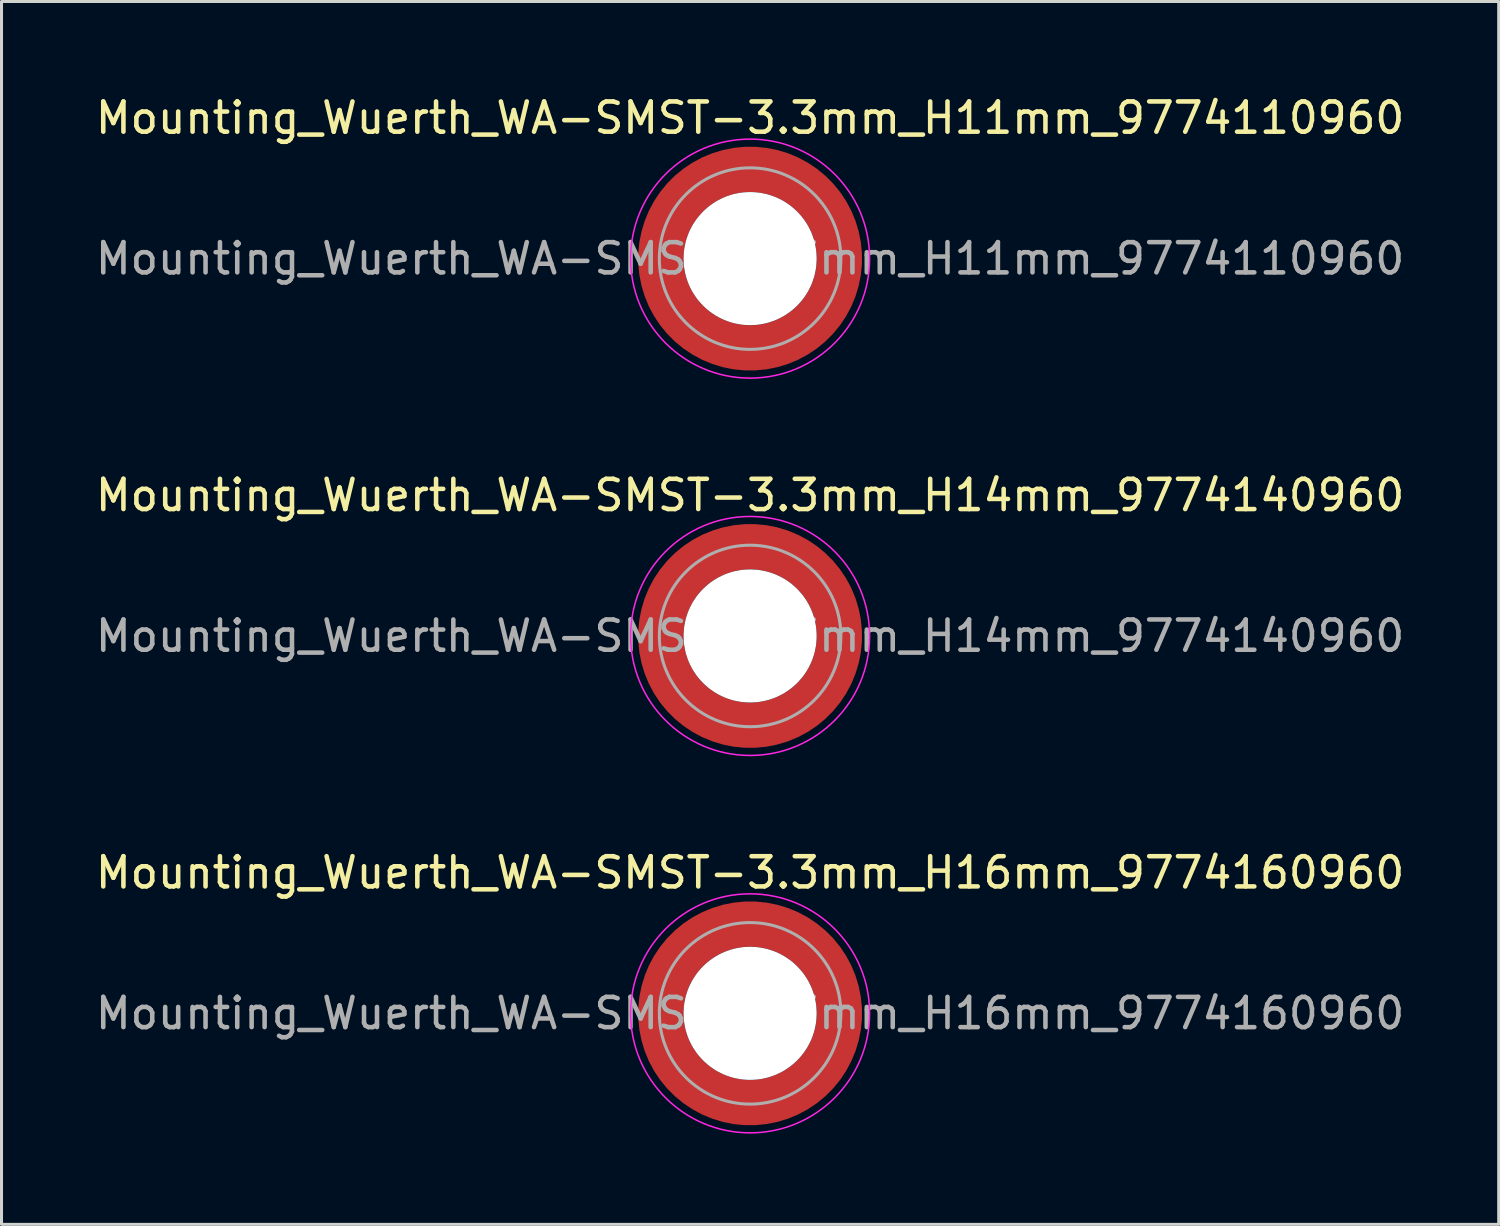
<source format=kicad_pcb>
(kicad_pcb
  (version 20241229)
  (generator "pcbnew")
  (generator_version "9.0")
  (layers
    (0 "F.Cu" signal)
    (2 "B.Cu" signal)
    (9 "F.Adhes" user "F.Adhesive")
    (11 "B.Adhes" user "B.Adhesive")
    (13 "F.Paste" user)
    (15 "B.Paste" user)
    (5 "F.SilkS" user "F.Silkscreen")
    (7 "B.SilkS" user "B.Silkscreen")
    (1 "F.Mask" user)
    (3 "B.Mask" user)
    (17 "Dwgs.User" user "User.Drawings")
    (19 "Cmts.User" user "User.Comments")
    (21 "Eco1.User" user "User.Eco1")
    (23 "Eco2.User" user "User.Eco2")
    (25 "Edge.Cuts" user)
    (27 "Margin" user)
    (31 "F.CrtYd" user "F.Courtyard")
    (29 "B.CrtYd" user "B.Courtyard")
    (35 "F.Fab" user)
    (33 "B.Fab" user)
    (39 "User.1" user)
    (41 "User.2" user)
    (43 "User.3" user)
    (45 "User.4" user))
  (footprint "Mounting_Wuerth_WA-SMST-3.3mm_H14mm_9774140960"
    (layer "F.Cu")
    (at 21.744 17.971)
    (property "Reference" "Mounting_Wuerth_WA-SMST-3.3mm_H14mm_9774140960" (at 0 -4.65 0) (layer "F.SilkS") (effects (font (size 1 1) (thickness 0.15))))
    (attr smd allow_soldermask_bridges)
    (fp_circle (center 0 0) (end 3.95 0) (stroke (width 0.05) (type solid)) (fill no) (layer "F.CrtYd"))
    (fp_circle (center 0 0) (end 3 0) (stroke (width 0.1) (type solid)) (fill no) (layer "F.Fab"))
    (fp_text user "${REFERENCE}" (at 0 0 0) (layer "F.Fab") (effects (font (size 1 1) (thickness 0.15))))
    (pad "" smd custom (at -2.058 -2.058) (size 0.55 0.55) (layers "F.Paste") (options (anchor circle)) (primitives (gr_arc (start -0.377294 1.707681) (mid 0.318198 0.318198) (end 1.707681 -0.377294) (width 0.2)) (gr_arc (start -0.478281 1.707681) (mid 0.247487 0.247487) (end 1.707681 -0.478281) (width 0.2)) (gr_arc (start -0.579192 1.707681) (mid 0.176777 0.176777) (end 1.707681 -0.579192) (width 0.2)) (gr_arc (start -0.680037 1.707681) (mid 0.106066 0.106066) (end 1.707681 -0.680037) (width 0.2)) (gr_arc (start -0.780822 1.707681) (mid 0.035355 0.035355) (end 1.707681 -0.780822) (width 0.2)) (gr_arc (start -0.881554 1.707681) (mid -0.035355 -0.035355) (end 1.707681 -0.881554) (width 0.2)) (gr_arc (start -0.982237 1.707681) (mid -0.106066 -0.106066) (end 1.707681 -0.982237) (width 0.2)) (gr_arc (start -1.082877 1.707681) (mid -0.176777 -0.176777) (end 1.707681 -1.082877) (width 0.2)) (gr_arc (start -1.183476 1.707681) (mid -0.247487 -0.247487) (end 1.707681 -1.183476) (width 0.2)) (gr_arc (start -1.28404 1.707681) (mid -0.318198 -0.318198) (end 1.707681 -1.28404) (width 0.2)) (gr_line (start 1.708 -0.377) (end 1.708 -1.284) (width 0.2)) (gr_line (start -0.377 1.708) (end -1.284 1.708) (width 0.2))))
    (pad "" smd custom (at -2.058 2.058) (size 0.55 0.55) (layers "F.Paste") (options (anchor circle)) (primitives (gr_arc (start 1.707681 0.377294) (mid 0.318198 -0.318198) (end -0.377294 -1.707681) (width 0.2)) (gr_arc (start 1.707681 0.478281) (mid 0.247487 -0.247487) (end -0.478281 -1.707681) (width 0.2)) (gr_arc (start 1.707681 0.579192) (mid 0.176777 -0.176777) (end -0.579192 -1.707681) (width 0.2)) (gr_arc (start 1.707681 0.680037) (mid 0.106066 -0.106066) (end -0.680037 -1.707681) (width 0.2)) (gr_arc (start 1.707681 0.780822) (mid 0.035355 -0.035355) (end -0.780822 -1.707681) (width 0.2)) (gr_arc (start 1.707681 0.881554) (mid -0.035355 0.035355) (end -0.881554 -1.707681) (width 0.2)) (gr_arc (start 1.707681 0.982237) (mid -0.106066 0.106066) (end -0.982237 -1.707681) (width 0.2)) (gr_arc (start 1.707681 1.082877) (mid -0.176777 0.176777) (end -1.082877 -1.707681) (width 0.2)) (gr_arc (start 1.707681 1.183476) (mid -0.247487 0.247487) (end -1.183476 -1.707681) (width 0.2)) (gr_arc (start 1.707681 1.28404) (mid -0.318198 0.318198) (end -1.28404 -1.707681) (width 0.2)) (gr_line (start -0.377 -1.708) (end -1.284 -1.708) (width 0.2)) (gr_line (start 1.708 0.377) (end 1.708 1.284) (width 0.2))))
    (pad "" np_thru_hole circle (at 0 0) (size 4.4 4.4) (drill 4.4) (layers "*.Cu" "*.Mask"))
    (pad "" smd custom (at 2.058 -2.058) (size 0.55 0.55) (layers "F.Paste") (options (anchor circle)) (primitives (gr_arc (start -1.707681 -0.377294) (mid -0.318198 0.318198) (end 0.377294 1.707681) (width 0.2)) (gr_arc (start -1.707681 -0.478281) (mid -0.247487 0.247487) (end 0.478281 1.707681) (width 0.2)) (gr_arc (start -1.707681 -0.579192) (mid -0.176777 0.176777) (end 0.579192 1.707681) (width 0.2)) (gr_arc (start -1.707681 -0.680037) (mid -0.106066 0.106066) (end 0.680037 1.707681) (width 0.2)) (gr_arc (start -1.707681 -0.780822) (mid -0.035355 0.035355) (end 0.780822 1.707681) (width 0.2)) (gr_arc (start -1.707681 -0.881554) (mid 0.035355 -0.035355) (end 0.881554 1.707681) (width 0.2)) (gr_arc (start -1.707681 -0.982237) (mid 0.106066 -0.106066) (end 0.982237 1.707681) (width 0.2)) (gr_arc (start -1.707681 -1.082877) (mid 0.176777 -0.176777) (end 1.082877 1.707681) (width 0.2)) (gr_arc (start -1.707681 -1.183476) (mid 0.247487 -0.247487) (end 1.183476 1.707681) (width 0.2)) (gr_arc (start -1.707681 -1.28404) (mid 0.318198 -0.318198) (end 1.28404 1.707681) (width 0.2)) (gr_line (start 0.377 1.708) (end 1.284 1.708) (width 0.2)) (gr_line (start -1.708 -0.377) (end -1.708 -1.284) (width 0.2))))
    (pad "" smd custom (at 2.058 2.058) (size 0.55 0.55) (layers "F.Paste") (options (anchor circle)) (primitives (gr_arc (start 0.377294 -1.707681) (mid -0.318198 -0.318198) (end -1.707681 0.377294) (width 0.2)) (gr_arc (start 0.478281 -1.707681) (mid -0.247487 -0.247487) (end -1.707681 0.478281) (width 0.2)) (gr_arc (start 0.579192 -1.707681) (mid -0.176777 -0.176777) (end -1.707681 0.579192) (width 0.2)) (gr_arc (start 0.680037 -1.707681) (mid -0.106066 -0.106066) (end -1.707681 0.680037) (width 0.2)) (gr_arc (start 0.780822 -1.707681) (mid -0.035355 -0.035355) (end -1.707681 0.780822) (width 0.2)) (gr_arc (start 0.881554 -1.707681) (mid 0.035355 0.035355) (end -1.707681 0.881554) (width 0.2)) (gr_arc (start 0.982237 -1.707681) (mid 0.106066 0.106066) (end -1.707681 0.982237) (width 0.2)) (gr_arc (start 1.082877 -1.707681) (mid 0.176777 0.176777) (end -1.707681 1.082877) (width 0.2)) (gr_arc (start 1.183476 -1.707681) (mid 0.247487 0.247487) (end -1.707681 1.183476) (width 0.2)) (gr_arc (start 1.28404 -1.707681) (mid 0.318198 0.318198) (end -1.707681 1.28404) (width 0.2)) (gr_line (start -1.708 0.377) (end -1.708 1.284) (width 0.2)) (gr_line (start 0.377 -1.708) (end 1.284 -1.708) (width 0.2))))
    (pad "1" smd circle (at -2.95 0) (size 0.992 0.992) (layers "F.Cu"))
    (pad "1" smd circle (at 0 -2.95) (size 0.992 0.992) (layers "F.Cu"))
    (pad "1" smd circle (at 0 2.95) (size 0.992 0.992) (layers "F.Cu"))
    (pad "1" smd custom (at 2.95 0) (size 1.5 1.5) (layers "F.Cu" "F.Mask") (options (anchor circle)) (primitives (gr_circle (center -2.95 0) (end 0 0) (width 1.5) (fill no)))))
  (footprint "Mounting_Wuerth_WA-SMST-3.3mm_H11mm_9774110960"
    (layer "F.Cu")
    (at 21.744 5.498)
    (property "Reference" "Mounting_Wuerth_WA-SMST-3.3mm_H11mm_9774110960" (at 0 -4.65 0) (layer "F.SilkS") (effects (font (size 1 1) (thickness 0.15))))
    (attr smd allow_soldermask_bridges)
    (fp_circle (center 0 0) (end 3.95 0) (stroke (width 0.05) (type solid)) (fill no) (layer "F.CrtYd"))
    (fp_circle (center 0 0) (end 3 0) (stroke (width 0.1) (type solid)) (fill no) (layer "F.Fab"))
    (fp_text user "${REFERENCE}" (at 0 0 0) (layer "F.Fab") (effects (font (size 1 1) (thickness 0.15))))
    (pad "" smd custom (at -2.058 -2.058) (size 0.55 0.55) (layers "F.Paste") (options (anchor circle)) (primitives (gr_arc (start -0.377294 1.707681) (mid 0.318198 0.318198) (end 1.707681 -0.377294) (width 0.2)) (gr_arc (start -0.478281 1.707681) (mid 0.247487 0.247487) (end 1.707681 -0.478281) (width 0.2)) (gr_arc (start -0.579192 1.707681) (mid 0.176777 0.176777) (end 1.707681 -0.579192) (width 0.2)) (gr_arc (start -0.680037 1.707681) (mid 0.106066 0.106066) (end 1.707681 -0.680037) (width 0.2)) (gr_arc (start -0.780822 1.707681) (mid 0.035355 0.035355) (end 1.707681 -0.780822) (width 0.2)) (gr_arc (start -0.881554 1.707681) (mid -0.035355 -0.035355) (end 1.707681 -0.881554) (width 0.2)) (gr_arc (start -0.982237 1.707681) (mid -0.106066 -0.106066) (end 1.707681 -0.982237) (width 0.2)) (gr_arc (start -1.082877 1.707681) (mid -0.176777 -0.176777) (end 1.707681 -1.082877) (width 0.2)) (gr_arc (start -1.183476 1.707681) (mid -0.247487 -0.247487) (end 1.707681 -1.183476) (width 0.2)) (gr_arc (start -1.28404 1.707681) (mid -0.318198 -0.318198) (end 1.707681 -1.28404) (width 0.2)) (gr_line (start 1.708 -0.377) (end 1.708 -1.284) (width 0.2)) (gr_line (start -0.377 1.708) (end -1.284 1.708) (width 0.2))))
    (pad "" smd custom (at -2.058 2.058) (size 0.55 0.55) (layers "F.Paste") (options (anchor circle)) (primitives (gr_arc (start 1.707681 0.377294) (mid 0.318198 -0.318198) (end -0.377294 -1.707681) (width 0.2)) (gr_arc (start 1.707681 0.478281) (mid 0.247487 -0.247487) (end -0.478281 -1.707681) (width 0.2)) (gr_arc (start 1.707681 0.579192) (mid 0.176777 -0.176777) (end -0.579192 -1.707681) (width 0.2)) (gr_arc (start 1.707681 0.680037) (mid 0.106066 -0.106066) (end -0.680037 -1.707681) (width 0.2)) (gr_arc (start 1.707681 0.780822) (mid 0.035355 -0.035355) (end -0.780822 -1.707681) (width 0.2)) (gr_arc (start 1.707681 0.881554) (mid -0.035355 0.035355) (end -0.881554 -1.707681) (width 0.2)) (gr_arc (start 1.707681 0.982237) (mid -0.106066 0.106066) (end -0.982237 -1.707681) (width 0.2)) (gr_arc (start 1.707681 1.082877) (mid -0.176777 0.176777) (end -1.082877 -1.707681) (width 0.2)) (gr_arc (start 1.707681 1.183476) (mid -0.247487 0.247487) (end -1.183476 -1.707681) (width 0.2)) (gr_arc (start 1.707681 1.28404) (mid -0.318198 0.318198) (end -1.28404 -1.707681) (width 0.2)) (gr_line (start -0.377 -1.708) (end -1.284 -1.708) (width 0.2)) (gr_line (start 1.708 0.377) (end 1.708 1.284) (width 0.2))))
    (pad "" np_thru_hole circle (at 0 0) (size 4.4 4.4) (drill 4.4) (layers "*.Cu" "*.Mask"))
    (pad "" smd custom (at 2.058 -2.058) (size 0.55 0.55) (layers "F.Paste") (options (anchor circle)) (primitives (gr_arc (start -1.707681 -0.377294) (mid -0.318198 0.318198) (end 0.377294 1.707681) (width 0.2)) (gr_arc (start -1.707681 -0.478281) (mid -0.247487 0.247487) (end 0.478281 1.707681) (width 0.2)) (gr_arc (start -1.707681 -0.579192) (mid -0.176777 0.176777) (end 0.579192 1.707681) (width 0.2)) (gr_arc (start -1.707681 -0.680037) (mid -0.106066 0.106066) (end 0.680037 1.707681) (width 0.2)) (gr_arc (start -1.707681 -0.780822) (mid -0.035355 0.035355) (end 0.780822 1.707681) (width 0.2)) (gr_arc (start -1.707681 -0.881554) (mid 0.035355 -0.035355) (end 0.881554 1.707681) (width 0.2)) (gr_arc (start -1.707681 -0.982237) (mid 0.106066 -0.106066) (end 0.982237 1.707681) (width 0.2)) (gr_arc (start -1.707681 -1.082877) (mid 0.176777 -0.176777) (end 1.082877 1.707681) (width 0.2)) (gr_arc (start -1.707681 -1.183476) (mid 0.247487 -0.247487) (end 1.183476 1.707681) (width 0.2)) (gr_arc (start -1.707681 -1.28404) (mid 0.318198 -0.318198) (end 1.28404 1.707681) (width 0.2)) (gr_line (start 0.377 1.708) (end 1.284 1.708) (width 0.2)) (gr_line (start -1.708 -0.377) (end -1.708 -1.284) (width 0.2))))
    (pad "" smd custom (at 2.058 2.058) (size 0.55 0.55) (layers "F.Paste") (options (anchor circle)) (primitives (gr_arc (start 0.377294 -1.707681) (mid -0.318198 -0.318198) (end -1.707681 0.377294) (width 0.2)) (gr_arc (start 0.478281 -1.707681) (mid -0.247487 -0.247487) (end -1.707681 0.478281) (width 0.2)) (gr_arc (start 0.579192 -1.707681) (mid -0.176777 -0.176777) (end -1.707681 0.579192) (width 0.2)) (gr_arc (start 0.680037 -1.707681) (mid -0.106066 -0.106066) (end -1.707681 0.680037) (width 0.2)) (gr_arc (start 0.780822 -1.707681) (mid -0.035355 -0.035355) (end -1.707681 0.780822) (width 0.2)) (gr_arc (start 0.881554 -1.707681) (mid 0.035355 0.035355) (end -1.707681 0.881554) (width 0.2)) (gr_arc (start 0.982237 -1.707681) (mid 0.106066 0.106066) (end -1.707681 0.982237) (width 0.2)) (gr_arc (start 1.082877 -1.707681) (mid 0.176777 0.176777) (end -1.707681 1.082877) (width 0.2)) (gr_arc (start 1.183476 -1.707681) (mid 0.247487 0.247487) (end -1.707681 1.183476) (width 0.2)) (gr_arc (start 1.28404 -1.707681) (mid 0.318198 0.318198) (end -1.707681 1.28404) (width 0.2)) (gr_line (start -1.708 0.377) (end -1.708 1.284) (width 0.2)) (gr_line (start 0.377 -1.708) (end 1.284 -1.708) (width 0.2))))
    (pad "1" smd circle (at -2.95 0) (size 0.992 0.992) (layers "F.Cu"))
    (pad "1" smd circle (at 0 -2.95) (size 0.992 0.992) (layers "F.Cu"))
    (pad "1" smd circle (at 0 2.95) (size 0.992 0.992) (layers "F.Cu"))
    (pad "1" smd custom (at 2.95 0) (size 1.5 1.5) (layers "F.Cu" "F.Mask") (options (anchor circle)) (primitives (gr_circle (center -2.95 0) (end 0 0) (width 1.5) (fill no)))))
  (footprint "Mounting_Wuerth_WA-SMST-3.3mm_H16mm_9774160960"
    (layer "F.Cu")
    (at 21.744 30.445)
    (property "Reference" "Mounting_Wuerth_WA-SMST-3.3mm_H16mm_9774160960" (at 0 -4.65 0) (layer "F.SilkS") (effects (font (size 1 1) (thickness 0.15))))
    (attr smd allow_soldermask_bridges)
    (fp_circle (center 0 0) (end 3.95 0) (stroke (width 0.05) (type solid)) (fill no) (layer "F.CrtYd"))
    (fp_circle (center 0 0) (end 3 0) (stroke (width 0.1) (type solid)) (fill no) (layer "F.Fab"))
    (fp_text user "${REFERENCE}" (at 0 0 0) (layer "F.Fab") (effects (font (size 1 1) (thickness 0.15))))
    (pad "" smd custom (at -2.058 -2.058) (size 0.55 0.55) (layers "F.Paste") (options (anchor circle)) (primitives (gr_arc (start -0.377294 1.707681) (mid 0.318198 0.318198) (end 1.707681 -0.377294) (width 0.2)) (gr_arc (start -0.478281 1.707681) (mid 0.247487 0.247487) (end 1.707681 -0.478281) (width 0.2)) (gr_arc (start -0.579192 1.707681) (mid 0.176777 0.176777) (end 1.707681 -0.579192) (width 0.2)) (gr_arc (start -0.680037 1.707681) (mid 0.106066 0.106066) (end 1.707681 -0.680037) (width 0.2)) (gr_arc (start -0.780822 1.707681) (mid 0.035355 0.035355) (end 1.707681 -0.780822) (width 0.2)) (gr_arc (start -0.881554 1.707681) (mid -0.035355 -0.035355) (end 1.707681 -0.881554) (width 0.2)) (gr_arc (start -0.982237 1.707681) (mid -0.106066 -0.106066) (end 1.707681 -0.982237) (width 0.2)) (gr_arc (start -1.082877 1.707681) (mid -0.176777 -0.176777) (end 1.707681 -1.082877) (width 0.2)) (gr_arc (start -1.183476 1.707681) (mid -0.247487 -0.247487) (end 1.707681 -1.183476) (width 0.2)) (gr_arc (start -1.28404 1.707681) (mid -0.318198 -0.318198) (end 1.707681 -1.28404) (width 0.2)) (gr_line (start 1.708 -0.377) (end 1.708 -1.284) (width 0.2)) (gr_line (start -0.377 1.708) (end -1.284 1.708) (width 0.2))))
    (pad "" smd custom (at -2.058 2.058) (size 0.55 0.55) (layers "F.Paste") (options (anchor circle)) (primitives (gr_arc (start 1.707681 0.377294) (mid 0.318198 -0.318198) (end -0.377294 -1.707681) (width 0.2)) (gr_arc (start 1.707681 0.478281) (mid 0.247487 -0.247487) (end -0.478281 -1.707681) (width 0.2)) (gr_arc (start 1.707681 0.579192) (mid 0.176777 -0.176777) (end -0.579192 -1.707681) (width 0.2)) (gr_arc (start 1.707681 0.680037) (mid 0.106066 -0.106066) (end -0.680037 -1.707681) (width 0.2)) (gr_arc (start 1.707681 0.780822) (mid 0.035355 -0.035355) (end -0.780822 -1.707681) (width 0.2)) (gr_arc (start 1.707681 0.881554) (mid -0.035355 0.035355) (end -0.881554 -1.707681) (width 0.2)) (gr_arc (start 1.707681 0.982237) (mid -0.106066 0.106066) (end -0.982237 -1.707681) (width 0.2)) (gr_arc (start 1.707681 1.082877) (mid -0.176777 0.176777) (end -1.082877 -1.707681) (width 0.2)) (gr_arc (start 1.707681 1.183476) (mid -0.247487 0.247487) (end -1.183476 -1.707681) (width 0.2)) (gr_arc (start 1.707681 1.28404) (mid -0.318198 0.318198) (end -1.28404 -1.707681) (width 0.2)) (gr_line (start -0.377 -1.708) (end -1.284 -1.708) (width 0.2)) (gr_line (start 1.708 0.377) (end 1.708 1.284) (width 0.2))))
    (pad "" np_thru_hole circle (at 0 0) (size 4.4 4.4) (drill 4.4) (layers "*.Cu" "*.Mask"))
    (pad "" smd custom (at 2.058 -2.058) (size 0.55 0.55) (layers "F.Paste") (options (anchor circle)) (primitives (gr_arc (start -1.707681 -0.377294) (mid -0.318198 0.318198) (end 0.377294 1.707681) (width 0.2)) (gr_arc (start -1.707681 -0.478281) (mid -0.247487 0.247487) (end 0.478281 1.707681) (width 0.2)) (gr_arc (start -1.707681 -0.579192) (mid -0.176777 0.176777) (end 0.579192 1.707681) (width 0.2)) (gr_arc (start -1.707681 -0.680037) (mid -0.106066 0.106066) (end 0.680037 1.707681) (width 0.2)) (gr_arc (start -1.707681 -0.780822) (mid -0.035355 0.035355) (end 0.780822 1.707681) (width 0.2)) (gr_arc (start -1.707681 -0.881554) (mid 0.035355 -0.035355) (end 0.881554 1.707681) (width 0.2)) (gr_arc (start -1.707681 -0.982237) (mid 0.106066 -0.106066) (end 0.982237 1.707681) (width 0.2)) (gr_arc (start -1.707681 -1.082877) (mid 0.176777 -0.176777) (end 1.082877 1.707681) (width 0.2)) (gr_arc (start -1.707681 -1.183476) (mid 0.247487 -0.247487) (end 1.183476 1.707681) (width 0.2)) (gr_arc (start -1.707681 -1.28404) (mid 0.318198 -0.318198) (end 1.28404 1.707681) (width 0.2)) (gr_line (start 0.377 1.708) (end 1.284 1.708) (width 0.2)) (gr_line (start -1.708 -0.377) (end -1.708 -1.284) (width 0.2))))
    (pad "" smd custom (at 2.058 2.058) (size 0.55 0.55) (layers "F.Paste") (options (anchor circle)) (primitives (gr_arc (start 0.377294 -1.707681) (mid -0.318198 -0.318198) (end -1.707681 0.377294) (width 0.2)) (gr_arc (start 0.478281 -1.707681) (mid -0.247487 -0.247487) (end -1.707681 0.478281) (width 0.2)) (gr_arc (start 0.579192 -1.707681) (mid -0.176777 -0.176777) (end -1.707681 0.579192) (width 0.2)) (gr_arc (start 0.680037 -1.707681) (mid -0.106066 -0.106066) (end -1.707681 0.680037) (width 0.2)) (gr_arc (start 0.780822 -1.707681) (mid -0.035355 -0.035355) (end -1.707681 0.780822) (width 0.2)) (gr_arc (start 0.881554 -1.707681) (mid 0.035355 0.035355) (end -1.707681 0.881554) (width 0.2)) (gr_arc (start 0.982237 -1.707681) (mid 0.106066 0.106066) (end -1.707681 0.982237) (width 0.2)) (gr_arc (start 1.082877 -1.707681) (mid 0.176777 0.176777) (end -1.707681 1.082877) (width 0.2)) (gr_arc (start 1.183476 -1.707681) (mid 0.247487 0.247487) (end -1.707681 1.183476) (width 0.2)) (gr_arc (start 1.28404 -1.707681) (mid 0.318198 0.318198) (end -1.707681 1.28404) (width 0.2)) (gr_line (start -1.708 0.377) (end -1.708 1.284) (width 0.2)) (gr_line (start 0.377 -1.708) (end 1.284 -1.708) (width 0.2))))
    (pad "1" smd circle (at -2.95 0) (size 0.992 0.992) (layers "F.Cu"))
    (pad "1" smd circle (at 0 -2.95) (size 0.992 0.992) (layers "F.Cu"))
    (pad "1" smd circle (at 0 2.95) (size 0.992 0.992) (layers "F.Cu"))
    (pad "1" smd custom (at 2.95 0) (size 1.5 1.5) (layers "F.Cu" "F.Mask") (options (anchor circle)) (primitives (gr_circle (center -2.95 0) (end 0 0) (width 1.5) (fill no)))))
  (gr_rect
    (start -3 -3)
    (end 46.488 37.42)
    (stroke (width 0.1) (type default))
    (fill no)
    (layer "Edge.Cuts")))
</source>
